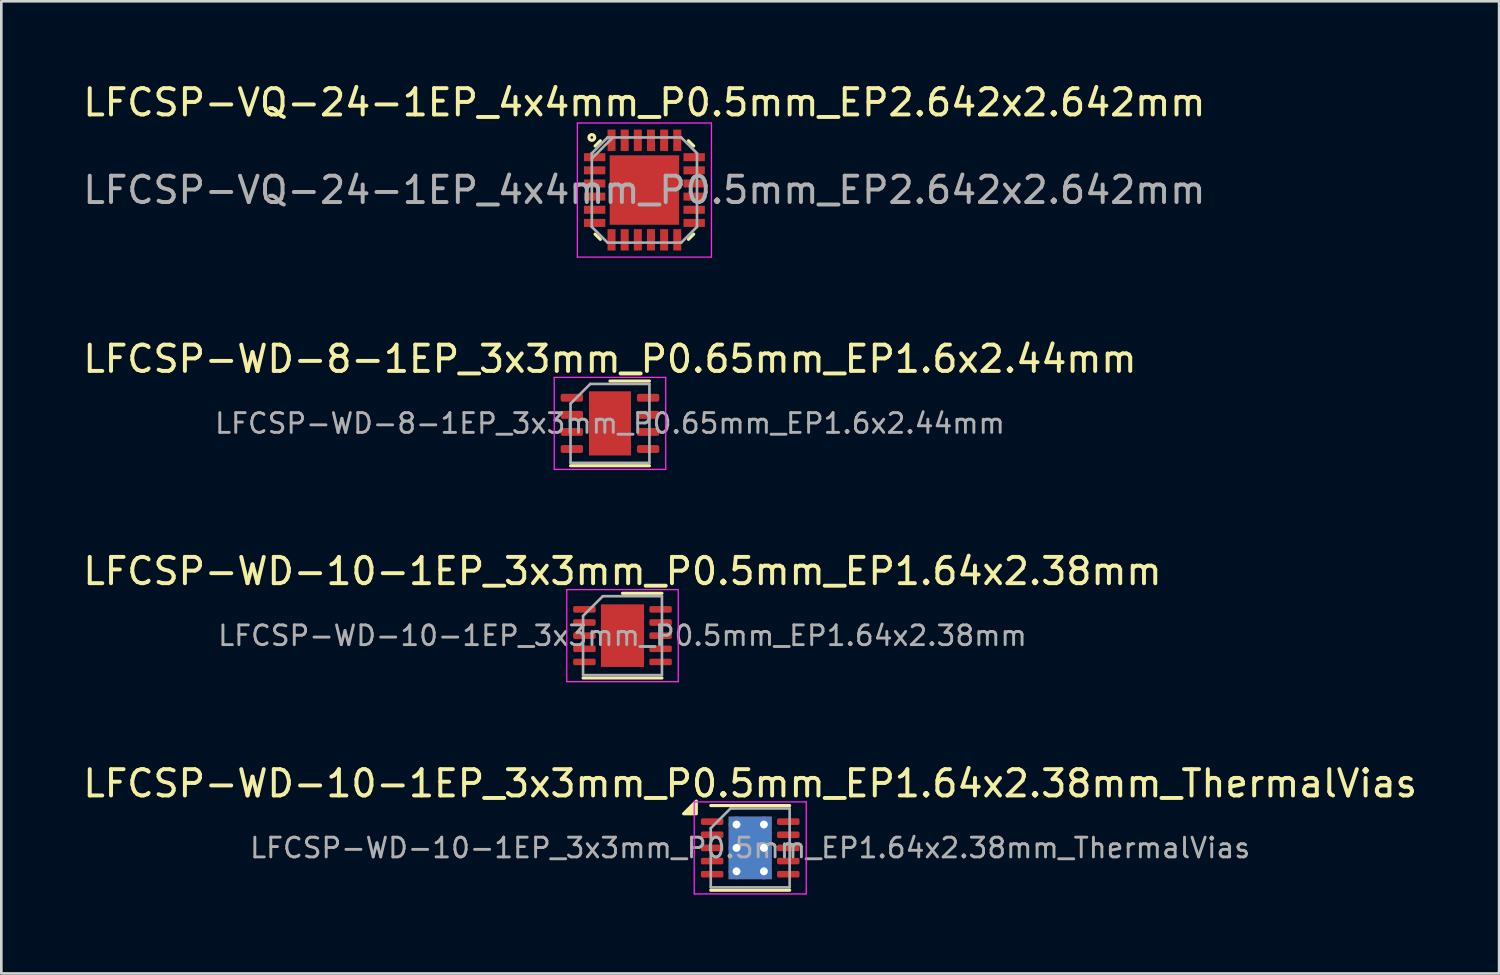
<source format=kicad_pcb>
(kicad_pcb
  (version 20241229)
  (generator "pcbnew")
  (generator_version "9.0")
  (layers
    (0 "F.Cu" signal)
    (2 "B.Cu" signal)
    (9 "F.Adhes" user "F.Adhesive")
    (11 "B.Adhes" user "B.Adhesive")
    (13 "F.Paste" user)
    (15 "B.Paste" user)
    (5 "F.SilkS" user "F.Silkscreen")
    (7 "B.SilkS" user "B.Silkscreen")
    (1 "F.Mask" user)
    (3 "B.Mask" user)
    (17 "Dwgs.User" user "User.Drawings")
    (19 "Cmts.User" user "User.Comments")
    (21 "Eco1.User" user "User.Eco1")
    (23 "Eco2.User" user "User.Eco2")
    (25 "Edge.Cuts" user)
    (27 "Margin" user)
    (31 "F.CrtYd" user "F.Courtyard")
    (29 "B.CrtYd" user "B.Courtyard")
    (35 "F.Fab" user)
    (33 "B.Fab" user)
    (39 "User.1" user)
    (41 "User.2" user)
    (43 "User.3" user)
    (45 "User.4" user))
  (footprint "LFCSP-WD-10-1EP_3x3mm_P0.5mm_EP1.64x2.38mm"
    (layer "F.Cu")
    (at 20.625 21.125)
    (property "Reference" "LFCSP-WD-10-1EP_3x3mm_P0.5mm_EP1.64x2.38mm" (at 0 -2.45 0) (layer "F.SilkS") (effects (font (size 1 1) (thickness 0.15))))
    (attr smd)
    (fp_line (start -1.5 1.61) (end 1.5 1.61) (stroke (width 0.12) (type solid)) (layer "F.SilkS"))
    (fp_line (start 0 -1.61) (end 1.5 -1.61) (stroke (width 0.12) (type solid)) (layer "F.SilkS"))
    (fp_line (start -2.12 -1.75) (end -2.12 1.75) (stroke (width 0.05) (type solid)) (layer "F.CrtYd"))
    (fp_line (start -2.12 1.75) (end 2.12 1.75) (stroke (width 0.05) (type solid)) (layer "F.CrtYd"))
    (fp_line (start 2.12 -1.75) (end -2.12 -1.75) (stroke (width 0.05) (type solid)) (layer "F.CrtYd"))
    (fp_line (start 2.12 1.75) (end 2.12 -1.75) (stroke (width 0.05) (type solid)) (layer "F.CrtYd"))
    (fp_line (start -1.5 -0.75) (end -0.75 -1.5) (stroke (width 0.1) (type solid)) (layer "F.Fab"))
    (fp_line (start -1.5 1.5) (end -1.5 -0.75) (stroke (width 0.1) (type solid)) (layer "F.Fab"))
    (fp_line (start -0.75 -1.5) (end 1.5 -1.5) (stroke (width 0.1) (type solid)) (layer "F.Fab"))
    (fp_line (start 1.5 -1.5) (end 1.5 1.5) (stroke (width 0.1) (type solid)) (layer "F.Fab"))
    (fp_line (start 1.5 1.5) (end -1.5 1.5) (stroke (width 0.1) (type solid)) (layer "F.Fab"))
    (fp_text user "${REFERENCE}" (at 0 0 0) (layer "F.Fab") (effects (font (size 0.75 0.75) (thickness 0.11))))
    (pad "" smd roundrect (at -0.41 -0.79) (size 0.66 0.64) (layers "F.Paste") (roundrect_rratio 0.25))
    (pad "" smd roundrect (at -0.41 0) (size 0.66 0.64) (layers "F.Paste") (roundrect_rratio 0.25))
    (pad "" smd roundrect (at -0.41 0.79) (size 0.66 0.64) (layers "F.Paste") (roundrect_rratio 0.25))
    (pad "" smd roundrect (at 0.41 -0.79) (size 0.66 0.64) (layers "F.Paste") (roundrect_rratio 0.25))
    (pad "" smd roundrect (at 0.41 0) (size 0.66 0.64) (layers "F.Paste") (roundrect_rratio 0.25))
    (pad "" smd roundrect (at 0.41 0.79) (size 0.66 0.64) (layers "F.Paste") (roundrect_rratio 0.25))
    (pad "1" smd roundrect (at -1.448 -1) (size 0.855 0.25) (layers "F.Cu" "F.Mask" "F.Paste") (roundrect_rratio 0.25))
    (pad "2" smd roundrect (at -1.448 -0.5) (size 0.855 0.25) (layers "F.Cu" "F.Mask" "F.Paste") (roundrect_rratio 0.25))
    (pad "3" smd roundrect (at -1.448 0) (size 0.855 0.25) (layers "F.Cu" "F.Mask" "F.Paste") (roundrect_rratio 0.25))
    (pad "4" smd roundrect (at -1.448 0.5) (size 0.855 0.25) (layers "F.Cu" "F.Mask" "F.Paste") (roundrect_rratio 0.25))
    (pad "5" smd roundrect (at -1.448 1) (size 0.855 0.25) (layers "F.Cu" "F.Mask" "F.Paste") (roundrect_rratio 0.25))
    (pad "6" smd roundrect (at 1.448 1) (size 0.855 0.25) (layers "F.Cu" "F.Mask" "F.Paste") (roundrect_rratio 0.25))
    (pad "7" smd roundrect (at 1.448 0.5) (size 0.855 0.25) (layers "F.Cu" "F.Mask" "F.Paste") (roundrect_rratio 0.25))
    (pad "8" smd roundrect (at 1.448 0) (size 0.855 0.25) (layers "F.Cu" "F.Mask" "F.Paste") (roundrect_rratio 0.25))
    (pad "9" smd roundrect (at 1.448 -0.5) (size 0.855 0.25) (layers "F.Cu" "F.Mask" "F.Paste") (roundrect_rratio 0.25))
    (pad "10" smd roundrect (at 1.448 -1) (size 0.855 0.25) (layers "F.Cu" "F.Mask" "F.Paste") (roundrect_rratio 0.25))
    (pad "11" smd rect (at 0 0) (size 1.64 2.38) (layers "F.Cu" "F.Mask")))
  (footprint "LFCSP-VQ-24-1EP_4x4mm_P0.5mm_EP2.642x2.642mm"
    (layer "F.Cu")
    (at 21.458 4.178)
    (property "Reference" "LFCSP-VQ-24-1EP_4x4mm_P0.5mm_EP2.642x2.642mm" (at 0 -3.33 0) (layer "F.SilkS") (effects (font (size 1 1) (thickness 0.15))))
    (attr smd)
    (fp_line (start -1.675 -1.875) (end -1.875 -1.675) (stroke (width 0.12) (type solid)) (layer "F.SilkS"))
    (fp_line (start -1.675 1.875) (end -1.875 1.675) (stroke (width 0.12) (type solid)) (layer "F.SilkS"))
    (fp_line (start 1.675 1.875) (end 1.875 1.675) (stroke (width 0.12) (type solid)) (layer "F.SilkS"))
    (fp_line (start 1.875 -1.675) (end 1.675 -1.875) (stroke (width 0.12) (type solid)) (layer "F.SilkS"))
    (fp_circle (center -2 -2) (end -2.05 -2) (stroke (width 0.12) (type solid)) (fill no) (layer "F.SilkS"))
    (fp_line (start -2.55 -2.55) (end -2.55 2.55) (stroke (width 0.05) (type solid)) (layer "F.CrtYd"))
    (fp_line (start -2.55 -2.55) (end 2.55 -2.55) (stroke (width 0.05) (type solid)) (layer "F.CrtYd"))
    (fp_line (start -2.55 2.55) (end 2.55 2.55) (stroke (width 0.05) (type solid)) (layer "F.CrtYd"))
    (fp_line (start 2.55 -2.55) (end 2.55 2.55) (stroke (width 0.05) (type solid)) (layer "F.CrtYd"))
    (fp_line (start -2 -1.4) (end -1.4 -2) (stroke (width 0.1) (type solid)) (layer "F.Fab"))
    (fp_line (start -2 1.4) (end -2 -1.4) (stroke (width 0.1) (type solid)) (layer "F.Fab"))
    (fp_line (start -2 1.4) (end -1.4 2) (stroke (width 0.1) (type solid)) (layer "F.Fab"))
    (fp_line (start -1.4 -2) (end 1.4 -2) (stroke (width 0.1) (type solid)) (layer "F.Fab"))
    (fp_line (start -1.2 -2) (end -2 -1.2) (stroke (width 0.1) (type solid)) (layer "F.Fab"))
    (fp_line (start 1.4 -2) (end 2 -1.4) (stroke (width 0.1) (type solid)) (layer "F.Fab"))
    (fp_line (start 1.4 2) (end -1.4 2) (stroke (width 0.1) (type solid)) (layer "F.Fab"))
    (fp_line (start 1.4 2) (end 2 1.4) (stroke (width 0.1) (type solid)) (layer "F.Fab"))
    (fp_line (start 2 -1.4) (end 2 1.4) (stroke (width 0.1) (type solid)) (layer "F.Fab"))
    (fp_text user "${REFERENCE}" (at 0 0 0) (layer "F.Fab") (effects (font (size 1 1) (thickness 0.15))))
    (pad "" smd rect (at -0.65 -0.65) (size 1.05 1.05) (layers "F.Paste"))
    (pad "" smd rect (at -0.65 0.65) (size 1.05 1.05) (layers "F.Paste"))
    (pad "" smd rect (at 0.65 -0.65) (size 1.05 1.05) (layers "F.Paste"))
    (pad "" smd rect (at 0.65 0.65) (size 1.05 1.05) (layers "F.Paste"))
    (pad "1" smd rect (at -1.893 -1.25) (size 0.813 0.305) (layers "F.Cu" "F.Mask" "F.Paste"))
    (pad "2" smd rect (at -1.893 -0.75) (size 0.813 0.305) (layers "F.Cu" "F.Mask" "F.Paste"))
    (pad "3" smd rect (at -1.893 -0.25) (size 0.813 0.305) (layers "F.Cu" "F.Mask" "F.Paste"))
    (pad "4" smd rect (at -1.893 0.25) (size 0.813 0.305) (layers "F.Cu" "F.Mask" "F.Paste"))
    (pad "5" smd rect (at -1.893 0.75) (size 0.813 0.305) (layers "F.Cu" "F.Mask" "F.Paste"))
    (pad "6" smd rect (at -1.893 1.25) (size 0.813 0.305) (layers "F.Cu" "F.Mask" "F.Paste"))
    (pad "7" smd rect (at -1.25 1.893 90) (size 0.813 0.305) (layers "F.Cu" "F.Mask" "F.Paste"))
    (pad "8" smd rect (at -0.75 1.893 90) (size 0.813 0.305) (layers "F.Cu" "F.Mask" "F.Paste"))
    (pad "9" smd rect (at -0.25 1.893 90) (size 0.813 0.305) (layers "F.Cu" "F.Mask" "F.Paste"))
    (pad "10" smd rect (at 0.25 1.893 90) (size 0.813 0.305) (layers "F.Cu" "F.Mask" "F.Paste"))
    (pad "11" smd rect (at 0.75 1.893 90) (size 0.813 0.305) (layers "F.Cu" "F.Mask" "F.Paste"))
    (pad "12" smd rect (at 1.25 1.893 90) (size 0.813 0.305) (layers "F.Cu" "F.Mask" "F.Paste"))
    (pad "13" smd rect (at 1.893 1.25) (size 0.813 0.305) (layers "F.Cu" "F.Mask" "F.Paste"))
    (pad "14" smd rect (at 1.893 0.75) (size 0.813 0.305) (layers "F.Cu" "F.Mask" "F.Paste"))
    (pad "15" smd rect (at 1.893 0.25) (size 0.813 0.305) (layers "F.Cu" "F.Mask" "F.Paste"))
    (pad "16" smd rect (at 1.893 -0.25) (size 0.813 0.305) (layers "F.Cu" "F.Mask" "F.Paste"))
    (pad "17" smd rect (at 1.893 -0.75) (size 0.813 0.305) (layers "F.Cu" "F.Mask" "F.Paste"))
    (pad "18" smd rect (at 1.893 -1.25) (size 0.813 0.305) (layers "F.Cu" "F.Mask" "F.Paste"))
    (pad "19" smd rect (at 1.25 -1.893 90) (size 0.813 0.305) (layers "F.Cu" "F.Mask" "F.Paste"))
    (pad "20" smd rect (at 0.75 -1.893 90) (size 0.813 0.305) (layers "F.Cu" "F.Mask" "F.Paste"))
    (pad "21" smd rect (at 0.25 -1.893 90) (size 0.813 0.305) (layers "F.Cu" "F.Mask" "F.Paste"))
    (pad "22" smd rect (at -0.25 -1.893 90) (size 0.813 0.305) (layers "F.Cu" "F.Mask" "F.Paste"))
    (pad "23" smd rect (at -0.75 -1.893 90) (size 0.813 0.305) (layers "F.Cu" "F.Mask" "F.Paste"))
    (pad "24" smd rect (at -1.25 -1.893 90) (size 0.813 0.305) (layers "F.Cu" "F.Mask" "F.Paste"))
    (pad "25" smd rect (at 0 0) (size 2.642 2.642) (layers "F.Cu" "F.Mask")))
  (footprint "LFCSP-WD-8-1EP_3x3mm_P0.65mm_EP1.6x2.44mm"
    (layer "F.Cu")
    (at 20.149 13.052)
    (property "Reference" "LFCSP-WD-8-1EP_3x3mm_P0.65mm_EP1.6x2.44mm" (at 0 -2.45 0) (layer "F.SilkS") (effects (font (size 1 1) (thickness 0.15))))
    (attr smd)
    (fp_line (start -1.5 1.61) (end 1.5 1.61) (stroke (width 0.12) (type solid)) (layer "F.SilkS"))
    (fp_line (start 0 -1.61) (end 1.5 -1.61) (stroke (width 0.12) (type solid)) (layer "F.SilkS"))
    (fp_line (start -2.12 -1.75) (end -2.12 1.75) (stroke (width 0.05) (type solid)) (layer "F.CrtYd"))
    (fp_line (start -2.12 1.75) (end 2.12 1.75) (stroke (width 0.05) (type solid)) (layer "F.CrtYd"))
    (fp_line (start 2.12 -1.75) (end -2.12 -1.75) (stroke (width 0.05) (type solid)) (layer "F.CrtYd"))
    (fp_line (start 2.12 1.75) (end 2.12 -1.75) (stroke (width 0.05) (type solid)) (layer "F.CrtYd"))
    (fp_line (start -1.5 -0.75) (end -0.75 -1.5) (stroke (width 0.1) (type solid)) (layer "F.Fab"))
    (fp_line (start -1.5 1.5) (end -1.5 -0.75) (stroke (width 0.1) (type solid)) (layer "F.Fab"))
    (fp_line (start -0.75 -1.5) (end 1.5 -1.5) (stroke (width 0.1) (type solid)) (layer "F.Fab"))
    (fp_line (start 1.5 -1.5) (end 1.5 1.5) (stroke (width 0.1) (type solid)) (layer "F.Fab"))
    (fp_line (start 1.5 1.5) (end -1.5 1.5) (stroke (width 0.1) (type solid)) (layer "F.Fab"))
    (fp_text user "${REFERENCE}" (at 0 0 0) (layer "F.Fab") (effects (font (size 0.75 0.75) (thickness 0.11))))
    (pad "" smd roundrect (at -0.4 -0.81) (size 0.64 0.66) (layers "F.Paste") (roundrect_rratio 0.25))
    (pad "" smd roundrect (at -0.4 0) (size 0.64 0.66) (layers "F.Paste") (roundrect_rratio 0.25))
    (pad "" smd roundrect (at -0.4 0.81) (size 0.64 0.66) (layers "F.Paste") (roundrect_rratio 0.25))
    (pad "" smd roundrect (at 0.4 -0.81) (size 0.64 0.66) (layers "F.Paste") (roundrect_rratio 0.25))
    (pad "" smd roundrect (at 0.4 0) (size 0.64 0.66) (layers "F.Paste") (roundrect_rratio 0.25))
    (pad "" smd roundrect (at 0.4 0.81) (size 0.64 0.66) (layers "F.Paste") (roundrect_rratio 0.25))
    (pad "1" smd roundrect (at -1.45 -0.975) (size 0.85 0.3) (layers "F.Cu" "F.Mask" "F.Paste") (roundrect_rratio 0.25))
    (pad "2" smd roundrect (at -1.45 -0.325) (size 0.85 0.3) (layers "F.Cu" "F.Mask" "F.Paste") (roundrect_rratio 0.25))
    (pad "3" smd roundrect (at -1.45 0.325) (size 0.85 0.3) (layers "F.Cu" "F.Mask" "F.Paste") (roundrect_rratio 0.25))
    (pad "4" smd roundrect (at -1.45 0.975) (size 0.85 0.3) (layers "F.Cu" "F.Mask" "F.Paste") (roundrect_rratio 0.25))
    (pad "5" smd roundrect (at 1.45 0.975) (size 0.85 0.3) (layers "F.Cu" "F.Mask" "F.Paste") (roundrect_rratio 0.25))
    (pad "6" smd roundrect (at 1.45 0.325) (size 0.85 0.3) (layers "F.Cu" "F.Mask" "F.Paste") (roundrect_rratio 0.25))
    (pad "7" smd roundrect (at 1.45 -0.325) (size 0.85 0.3) (layers "F.Cu" "F.Mask" "F.Paste") (roundrect_rratio 0.25))
    (pad "8" smd roundrect (at 1.45 -0.975) (size 0.85 0.3) (layers "F.Cu" "F.Mask" "F.Paste") (roundrect_rratio 0.25))
    (pad "9" smd rect (at 0 0) (size 1.6 2.44) (layers "F.Cu" "F.Mask")))
  (footprint "LFCSP-WD-10-1EP_3x3mm_P0.5mm_EP1.64x2.38mm_ThermalVias"
    (layer "F.Cu")
    (at 25.482 29.198)
    (property "Reference" "LFCSP-WD-10-1EP_3x3mm_P0.5mm_EP1.64x2.38mm_ThermalVias" (at 0 -2.45 0) (layer "F.SilkS") (effects (font (size 1 1) (thickness 0.15))))
    (attr smd)
    (fp_line (start -1.5 -1.61) (end 1.5 -1.61) (stroke (width 0.12) (type solid)) (layer "F.SilkS"))
    (fp_line (start -1.5 1.61) (end 1.5 1.61) (stroke (width 0.12) (type solid)) (layer "F.SilkS"))
    (fp_poly (pts (xy -2.05 -1.3) (xy -2.53 -1.3) (xy -2.05 -1.78) (xy -2.05 -1.3)) (stroke (width 0.12) (type solid)) (fill yes) (layer "F.SilkS"))
    (fp_line (start -2.13 -1.75) (end -2.13 1.75) (stroke (width 0.05) (type solid)) (layer "F.CrtYd"))
    (fp_line (start -2.13 1.75) (end 2.13 1.75) (stroke (width 0.05) (type solid)) (layer "F.CrtYd"))
    (fp_line (start 2.13 -1.75) (end -2.13 -1.75) (stroke (width 0.05) (type solid)) (layer "F.CrtYd"))
    (fp_line (start 2.13 1.75) (end 2.13 -1.75) (stroke (width 0.05) (type solid)) (layer "F.CrtYd"))
    (fp_line (start -1.5 -0.75) (end -0.75 -1.5) (stroke (width 0.1) (type solid)) (layer "F.Fab"))
    (fp_line (start -1.5 1.5) (end -1.5 -0.75) (stroke (width 0.1) (type solid)) (layer "F.Fab"))
    (fp_line (start -0.75 -1.5) (end 1.5 -1.5) (stroke (width 0.1) (type solid)) (layer "F.Fab"))
    (fp_line (start 1.5 -1.5) (end 1.5 1.5) (stroke (width 0.1) (type solid)) (layer "F.Fab"))
    (fp_line (start 1.5 1.5) (end -1.5 1.5) (stroke (width 0.1) (type solid)) (layer "F.Fab"))
    (fp_text user "${REFERENCE}" (at 0 0 0) (layer "F.Fab") (effects (font (size 0.75 0.75) (thickness 0.11))))
    (pad "" smd roundrect (at -0.41 -0.79) (size 0.71 0.69) (layers "F.Paste") (roundrect_rratio 0.25))
    (pad "" smd roundrect (at -0.41 0) (size 0.71 0.69) (layers "F.Paste") (roundrect_rratio 0.25))
    (pad "" smd roundrect (at -0.41 0.79) (size 0.71 0.69) (layers "F.Paste") (roundrect_rratio 0.25))
    (pad "" smd roundrect (at 0.41 -0.79) (size 0.71 0.69) (layers "F.Paste") (roundrect_rratio 0.25))
    (pad "" smd roundrect (at 0.41 0) (size 0.71 0.69) (layers "F.Paste") (roundrect_rratio 0.25))
    (pad "" smd roundrect (at 0.41 0.79) (size 0.71 0.69) (layers "F.Paste") (roundrect_rratio 0.25))
    (pad "1" smd roundrect (at -1.448 -1) (size 0.855 0.25) (layers "F.Cu" "F.Mask" "F.Paste") (roundrect_rratio 0.25))
    (pad "2" smd roundrect (at -1.448 -0.5) (size 0.855 0.25) (layers "F.Cu" "F.Mask" "F.Paste") (roundrect_rratio 0.25))
    (pad "3" smd roundrect (at -1.448 0) (size 0.855 0.25) (layers "F.Cu" "F.Mask" "F.Paste") (roundrect_rratio 0.25))
    (pad "4" smd roundrect (at -1.448 0.5) (size 0.855 0.25) (layers "F.Cu" "F.Mask" "F.Paste") (roundrect_rratio 0.25))
    (pad "5" smd roundrect (at -1.448 1) (size 0.855 0.25) (layers "F.Cu" "F.Mask" "F.Paste") (roundrect_rratio 0.25))
    (pad "6" smd roundrect (at 1.448 1) (size 0.855 0.25) (layers "F.Cu" "F.Mask" "F.Paste") (roundrect_rratio 0.25))
    (pad "7" smd roundrect (at 1.448 0.5) (size 0.855 0.25) (layers "F.Cu" "F.Mask" "F.Paste") (roundrect_rratio 0.25))
    (pad "8" smd roundrect (at 1.448 0) (size 0.855 0.25) (layers "F.Cu" "F.Mask" "F.Paste") (roundrect_rratio 0.25))
    (pad "9" smd roundrect (at 1.448 -0.5) (size 0.855 0.25) (layers "F.Cu" "F.Mask" "F.Paste") (roundrect_rratio 0.25))
    (pad "10" smd roundrect (at 1.448 -1) (size 0.855 0.25) (layers "F.Cu" "F.Mask" "F.Paste") (roundrect_rratio 0.25))
    (pad "11" thru_hole circle (at -0.52 -0.89) (size 0.6 0.6) (drill 0.3) (property pad_prop_heatsink) (layers "*.Cu"))
    (pad "11" thru_hole circle (at -0.52 0) (size 0.6 0.6) (drill 0.3) (property pad_prop_heatsink) (layers "*.Cu"))
    (pad "11" thru_hole circle (at -0.52 0.89) (size 0.6 0.6) (drill 0.3) (property pad_prop_heatsink) (layers "*.Cu"))
    (pad "11" smd rect (at 0 0) (size 1.64 2.38) (property pad_prop_heatsink) (layers "F.Cu" "F.Mask"))
    (pad "11" smd rect (at 0 0) (size 1.64 2.38) (property pad_prop_heatsink) (layers "B.Cu"))
    (pad "11" thru_hole circle (at 0.52 -0.89) (size 0.6 0.6) (drill 0.3) (property pad_prop_heatsink) (layers "*.Cu"))
    (pad "11" thru_hole circle (at 0.52 0) (size 0.6 0.6) (drill 0.3) (property pad_prop_heatsink) (layers "*.Cu"))
    (pad "11" thru_hole circle (at 0.52 0.89) (size 0.6 0.6) (drill 0.3) (property pad_prop_heatsink) (layers "*.Cu")))
  (gr_rect
    (start -3 -3)
    (end 53.964 33.973)
    (stroke (width 0.1) (type default))
    (fill no)
    (layer "Edge.Cuts")))
</source>
